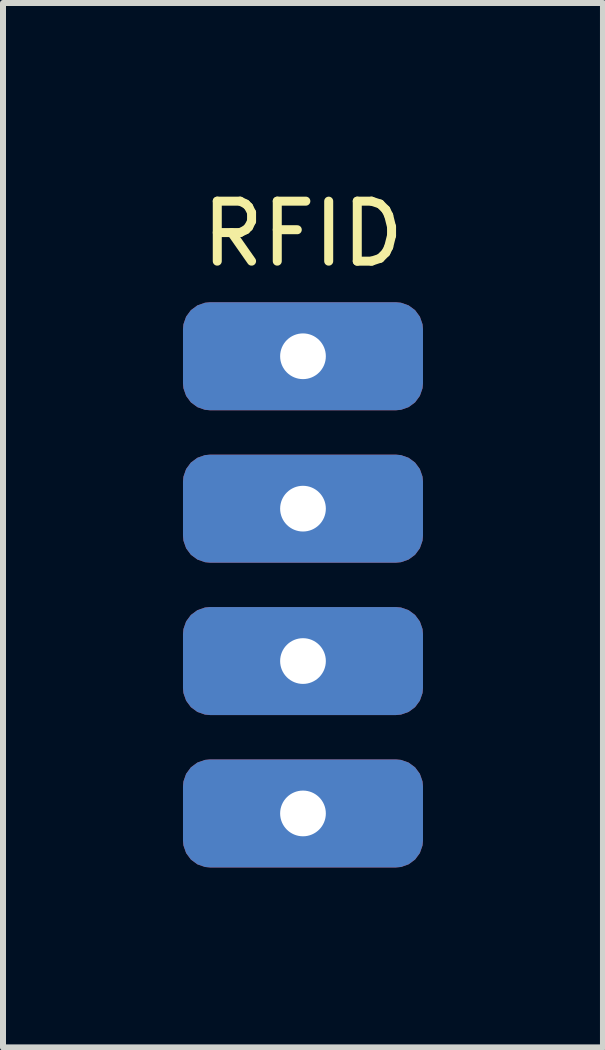
<source format=kicad_pcb>
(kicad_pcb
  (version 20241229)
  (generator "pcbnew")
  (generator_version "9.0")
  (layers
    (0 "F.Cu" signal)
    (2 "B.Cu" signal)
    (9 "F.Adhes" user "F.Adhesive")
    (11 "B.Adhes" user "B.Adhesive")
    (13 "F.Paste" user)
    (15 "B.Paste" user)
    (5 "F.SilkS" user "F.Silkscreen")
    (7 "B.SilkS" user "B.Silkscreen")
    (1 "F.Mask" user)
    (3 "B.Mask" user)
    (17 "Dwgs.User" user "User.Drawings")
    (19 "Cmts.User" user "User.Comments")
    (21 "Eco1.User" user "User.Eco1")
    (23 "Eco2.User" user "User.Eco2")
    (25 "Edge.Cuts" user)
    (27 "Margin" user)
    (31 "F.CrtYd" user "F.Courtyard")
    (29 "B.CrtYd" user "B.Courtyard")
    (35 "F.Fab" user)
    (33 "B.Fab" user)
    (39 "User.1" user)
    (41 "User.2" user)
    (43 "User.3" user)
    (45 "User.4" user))
  (footprint "RFID"
    (layer "F.Cu")
    (at 2 0.348)
    (property "Reference" "RFID" (at 0 0.5 0) (layer "F.SilkS") (effects (font (size 1 1) (thickness 0.15))))
    (attr through_hole)
    (pad "1" thru_hole roundrect (at 0 2.54) (size 4 1.8) (drill 0.762) (layers "*.Cu" "*.Mask") (roundrect_rratio 0.25))
    (pad "2" thru_hole roundrect (at 0 5.08) (size 4 1.8) (drill 0.762) (layers "*.Cu" "*.Mask") (roundrect_rratio 0.25))
    (pad "3" thru_hole roundrect (at 0 7.62) (size 4 1.8) (drill 0.762) (layers "*.Cu" "*.Mask") (roundrect_rratio 0.25))
    (pad "4" thru_hole roundrect (at 0 10.16) (size 4 1.8) (drill 0.762) (layers "*.Cu" "*.Mask") (roundrect_rratio 0.25)))
  (gr_rect
    (start -3 -3)
    (end 7 14.408)
    (stroke (width 0.1) (type default))
    (fill no)
    (layer "Edge.Cuts")))
</source>
